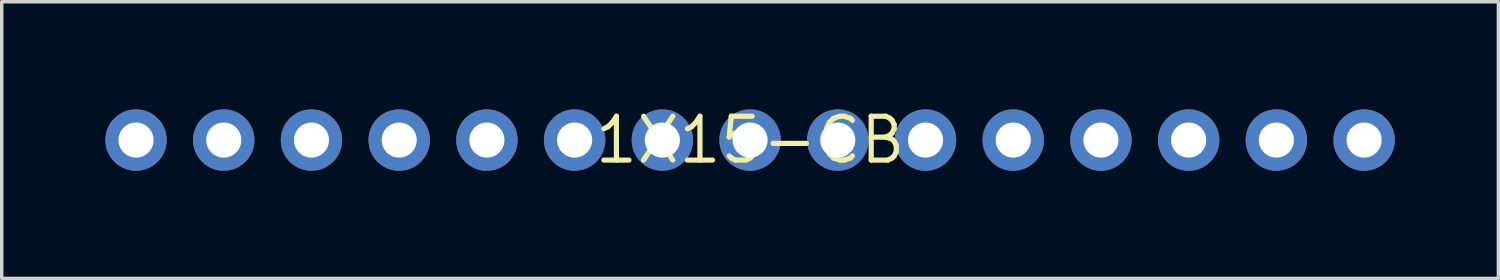
<source format=kicad_pcb>
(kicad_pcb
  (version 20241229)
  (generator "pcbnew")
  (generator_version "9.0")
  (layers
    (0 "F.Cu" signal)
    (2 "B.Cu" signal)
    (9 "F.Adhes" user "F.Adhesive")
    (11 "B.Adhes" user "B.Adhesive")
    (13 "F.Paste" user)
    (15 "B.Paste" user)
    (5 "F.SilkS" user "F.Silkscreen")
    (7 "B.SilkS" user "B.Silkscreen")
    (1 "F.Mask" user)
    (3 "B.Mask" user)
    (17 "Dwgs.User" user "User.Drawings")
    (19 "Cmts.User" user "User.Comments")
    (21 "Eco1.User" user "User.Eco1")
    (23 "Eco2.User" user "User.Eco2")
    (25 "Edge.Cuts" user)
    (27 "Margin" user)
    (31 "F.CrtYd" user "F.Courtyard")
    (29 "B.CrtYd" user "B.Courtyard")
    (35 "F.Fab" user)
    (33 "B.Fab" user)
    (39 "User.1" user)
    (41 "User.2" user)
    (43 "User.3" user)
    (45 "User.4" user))
  (footprint "1X15-CB"
    (layer "F.Cu")
    (at 18.669 1.006)
    (property "Reference" "1X15-CB" (at 0 0 0) (layer "F.SilkS") (effects (font (size 1.27 1.27) (thickness 0.15))))
    (pad "1" thru_hole circle (at -17.78 0 90) (size 1.778 1.778) (drill 1.016) (layers "*.Cu" "*.Mask"))
    (pad "2" thru_hole circle (at -15.24 0 90) (size 1.778 1.778) (drill 1.016) (layers "*.Cu" "*.Mask"))
    (pad "3" thru_hole circle (at -12.7 0 90) (size 1.778 1.778) (drill 1.016) (layers "*.Cu" "*.Mask"))
    (pad "4" thru_hole circle (at -10.16 0 90) (size 1.778 1.778) (drill 1.016) (layers "*.Cu" "*.Mask"))
    (pad "5" thru_hole circle (at -7.62 0 90) (size 1.778 1.778) (drill 1.016) (layers "*.Cu" "*.Mask"))
    (pad "6" thru_hole circle (at -5.08 0 90) (size 1.778 1.778) (drill 1.016) (layers "*.Cu" "*.Mask"))
    (pad "7" thru_hole circle (at -2.54 0 90) (size 1.778 1.778) (drill 1.016) (layers "*.Cu" "*.Mask"))
    (pad "8" thru_hole circle (at 0 0 90) (size 1.778 1.778) (drill 1.016) (layers "*.Cu" "*.Mask"))
    (pad "9" thru_hole circle (at 2.54 0 90) (size 1.778 1.778) (drill 1.016) (layers "*.Cu" "*.Mask"))
    (pad "10" thru_hole circle (at 5.08 0 90) (size 1.778 1.778) (drill 1.016) (layers "*.Cu" "*.Mask"))
    (pad "11" thru_hole circle (at 7.62 0 90) (size 1.778 1.778) (drill 1.016) (layers "*.Cu" "*.Mask"))
    (pad "12" thru_hole circle (at 10.16 0 90) (size 1.778 1.778) (drill 1.016) (layers "*.Cu" "*.Mask"))
    (pad "13" thru_hole circle (at 12.7 0 90) (size 1.778 1.778) (drill 1.016) (layers "*.Cu" "*.Mask"))
    (pad "14" thru_hole circle (at 15.24 0 90) (size 1.778 1.778) (drill 1.016) (layers "*.Cu" "*.Mask"))
    (pad "15" thru_hole circle (at 17.78 0 90) (size 1.778 1.778) (drill 1.016) (layers "*.Cu" "*.Mask")))
  (gr_rect
    (start -3 -3)
    (end 40.338 5.012)
    (stroke (width 0.1) (type default))
    (fill no)
    (layer "Edge.Cuts")))
</source>
